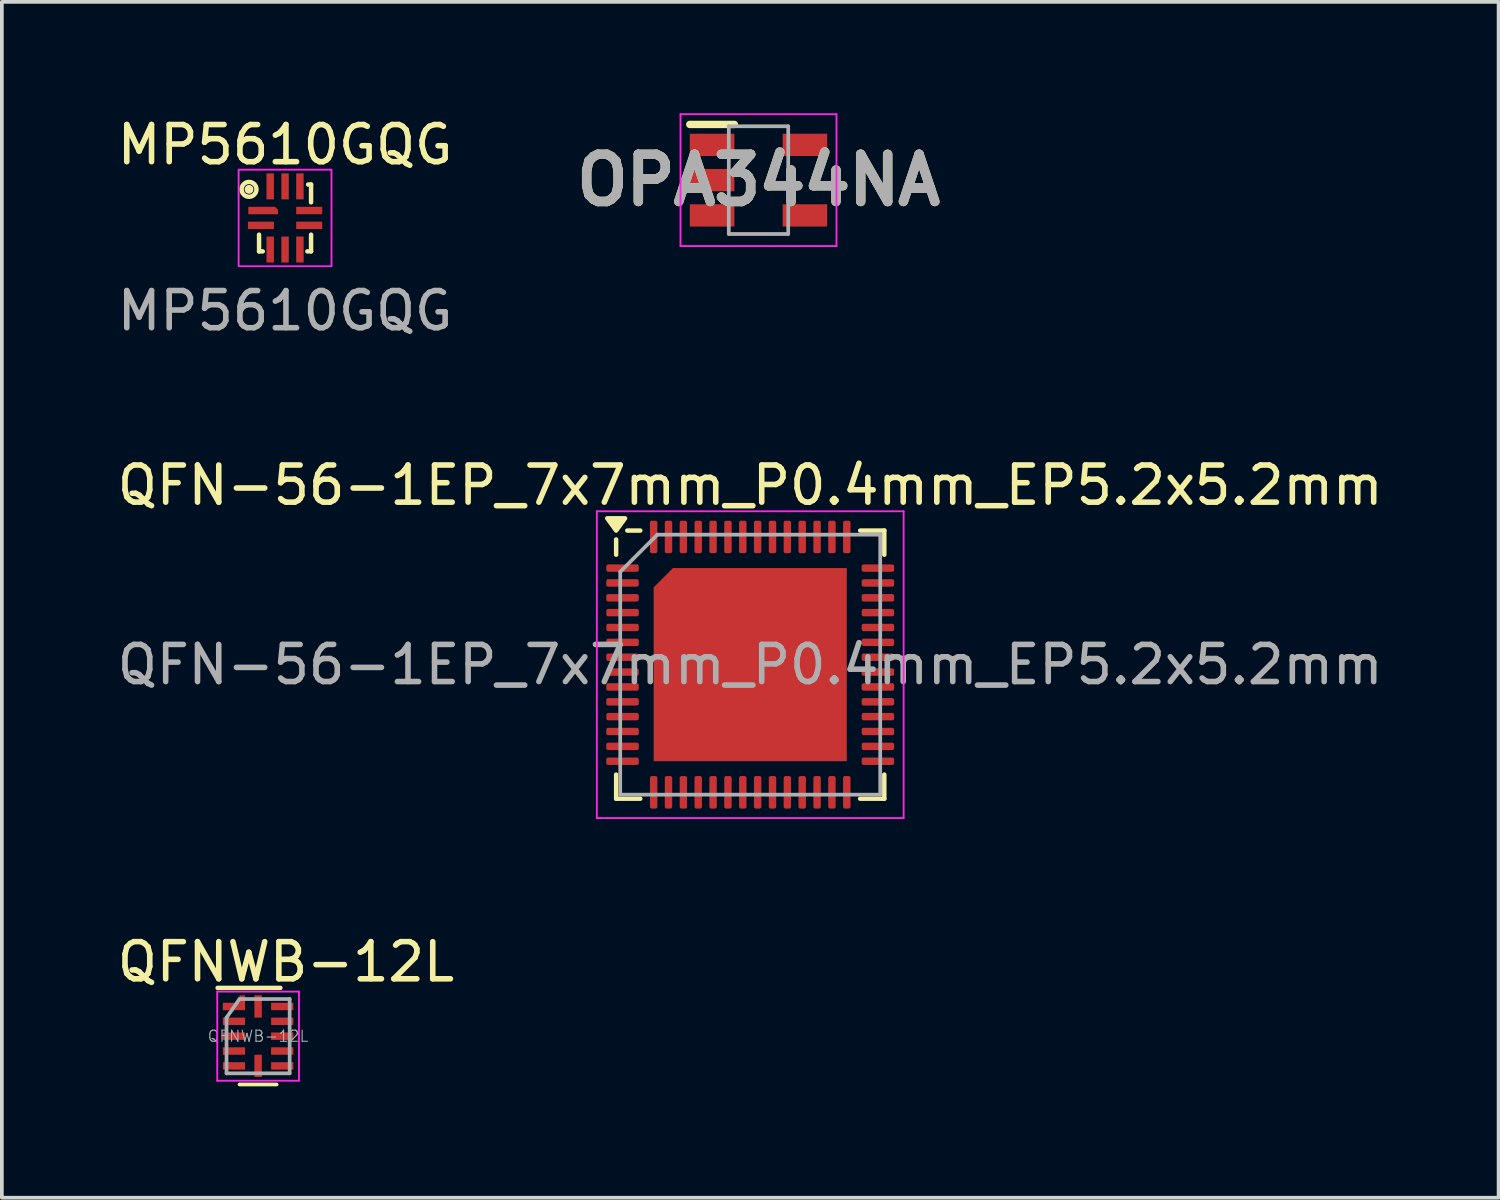
<source format=kicad_pcb>
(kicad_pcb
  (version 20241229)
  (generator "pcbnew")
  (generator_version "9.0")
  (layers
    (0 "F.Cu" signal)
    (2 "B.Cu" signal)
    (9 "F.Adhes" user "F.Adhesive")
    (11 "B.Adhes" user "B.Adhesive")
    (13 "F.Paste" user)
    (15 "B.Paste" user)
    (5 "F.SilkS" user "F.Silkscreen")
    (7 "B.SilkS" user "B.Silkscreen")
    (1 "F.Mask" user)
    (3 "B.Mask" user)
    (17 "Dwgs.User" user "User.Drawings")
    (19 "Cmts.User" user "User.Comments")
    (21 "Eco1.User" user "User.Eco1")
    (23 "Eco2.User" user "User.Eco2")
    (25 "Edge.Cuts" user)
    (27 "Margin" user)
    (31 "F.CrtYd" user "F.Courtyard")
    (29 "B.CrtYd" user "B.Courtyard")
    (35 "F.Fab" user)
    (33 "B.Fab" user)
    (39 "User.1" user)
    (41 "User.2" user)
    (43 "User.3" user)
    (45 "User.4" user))
  (footprint "QFNWB-12L"
    (layer "F.Cu")
    (at 3.899 24.848)
    (property "Reference" "QFNWB-12L" (at 0.75 -2 0) (layer "F.SilkS") (effects (font (size 1 1) (thickness 0.15))))
    (attr smd)
    (fp_line (start 0.5 1.3) (end -0.5 1.3) (stroke (width 0.1) (type solid)) (layer "F.SilkS"))
    (fp_line (start 0.6 -1.3) (end -1.09 -1.3) (stroke (width 0.12) (type solid)) (layer "F.SilkS"))
    (fp_line (start -1.1 -1.2) (end 1.1 -1.2) (stroke (width 0.05) (type solid)) (layer "F.CrtYd"))
    (fp_line (start -1.1 1.2) (end -1.1 -1.2) (stroke (width 0.05) (type solid)) (layer "F.CrtYd"))
    (fp_line (start 1.1 -1.2) (end 1.1 1.2) (stroke (width 0.05) (type solid)) (layer "F.CrtYd"))
    (fp_line (start 1.1 1.2) (end -1.1 1.2) (stroke (width 0.05) (type solid)) (layer "F.CrtYd"))
    (fp_line (start -0.85 1) (end -0.85 -0.5) (stroke (width 0.1) (type solid)) (layer "F.Fab"))
    (fp_line (start -0.5 -1) (end -0.85 -0.5) (stroke (width 0.1) (type solid)) (layer "F.Fab"))
    (fp_line (start -0.5 -1) (end 0.85 -1) (stroke (width 0.1) (type solid)) (layer "F.Fab"))
    (fp_line (start 0.85 -1) (end 0.85 1) (stroke (width 0.1) (type solid)) (layer "F.Fab"))
    (fp_line (start 0.85 1) (end -0.85 1) (stroke (width 0.1) (type solid)) (layer "F.Fab"))
    (fp_text user "${REFERENCE}" (at 0 0 0) (layer "F.Fab") (effects (font (size 0.3 0.3) (thickness 0.03))))
    (pad "1" smd rect (at -0.65 -0.8 270) (size 0.2 0.6) (layers "F.Cu" "F.Mask" "F.Paste"))
    (pad "1" smd rect (at -0.425 -0.975) (size 0.15 0.25) (layers "F.Cu" "F.Mask" "F.Paste"))
    (pad "2" smd rect (at -0.65 -0.4 270) (size 0.2 0.6) (layers "F.Cu" "F.Mask" "F.Paste"))
    (pad "3" smd rect (at -0.65 0 270) (size 0.2 0.6) (layers "F.Cu" "F.Mask" "F.Paste"))
    (pad "4" smd rect (at -0.65 0.4 270) (size 0.2 0.6) (layers "F.Cu" "F.Mask" "F.Paste"))
    (pad "5" smd rect (at -0.65 0.8 270) (size 0.2 0.6) (layers "F.Cu" "F.Mask" "F.Paste"))
    (pad "6" smd rect (at 0 0.8 270) (size 0.6 0.2) (layers "F.Cu" "F.Mask" "F.Paste"))
    (pad "7" smd rect (at 0.65 0.8 270) (size 0.2 0.6) (layers "F.Cu" "F.Mask" "F.Paste"))
    (pad "8" smd rect (at 0.65 0.4 270) (size 0.2 0.6) (layers "F.Cu" "F.Mask" "F.Paste"))
    (pad "9" smd rect (at 0.65 0 270) (size 0.2 0.6) (layers "F.Cu" "F.Mask" "F.Paste"))
    (pad "10" smd rect (at 0.65 -0.4 270) (size 0.2 0.6) (layers "F.Cu" "F.Mask" "F.Paste"))
    (pad "11" smd rect (at 0.65 -0.8 270) (size 0.2 0.6) (layers "F.Cu" "F.Mask" "F.Paste"))
    (pad "12" smd rect (at 0 -0.8 270) (size 0.6 0.2) (layers "F.Cu" "F.Mask" "F.Paste")))
  (footprint "QFN-56-1EP_7x7mm_P0.4mm_EP5.2x5.2mm"
    (layer "F.Cu")
    (at 17.149 14.845)
    (property "Reference" "QFN-56-1EP_7x7mm_P0.4mm_EP5.2x5.2mm" (at 0 -4.83 0) (layer "F.SilkS") (effects (font (size 1 1) (thickness 0.15))))
    (attr smd)
    (fp_line (start -3.61 -2.96) (end -3.61 -3.37) (stroke (width 0.12) (type solid)) (layer "F.SilkS"))
    (fp_line (start -3.61 3.61) (end -3.61 2.96) (stroke (width 0.12) (type solid)) (layer "F.SilkS"))
    (fp_line (start -2.96 -3.61) (end -3.31 -3.61) (stroke (width 0.12) (type solid)) (layer "F.SilkS"))
    (fp_line (start -2.96 3.61) (end -3.61 3.61) (stroke (width 0.12) (type solid)) (layer "F.SilkS"))
    (fp_line (start 2.96 -3.61) (end 3.61 -3.61) (stroke (width 0.12) (type solid)) (layer "F.SilkS"))
    (fp_line (start 2.96 3.61) (end 3.61 3.61) (stroke (width 0.12) (type solid)) (layer "F.SilkS"))
    (fp_line (start 3.61 -3.61) (end 3.61 -2.96) (stroke (width 0.12) (type solid)) (layer "F.SilkS"))
    (fp_line (start 3.61 3.61) (end 3.61 2.96) (stroke (width 0.12) (type solid)) (layer "F.SilkS"))
    (fp_poly (pts (xy -3.61 -3.61) (xy -3.85 -3.94) (xy -3.37 -3.94) (xy -3.61 -3.61)) (stroke (width 0.12) (type solid)) (fill yes) (layer "F.SilkS"))
    (fp_line (start -4.13 -4.13) (end -4.13 4.13) (stroke (width 0.05) (type solid)) (layer "F.CrtYd"))
    (fp_line (start -4.13 4.13) (end 4.13 4.13) (stroke (width 0.05) (type solid)) (layer "F.CrtYd"))
    (fp_line (start 4.13 -4.13) (end -4.13 -4.13) (stroke (width 0.05) (type solid)) (layer "F.CrtYd"))
    (fp_line (start 4.13 4.13) (end 4.13 -4.13) (stroke (width 0.05) (type solid)) (layer "F.CrtYd"))
    (fp_line (start -3.5 -2.5) (end -2.5 -3.5) (stroke (width 0.1) (type solid)) (layer "F.Fab"))
    (fp_line (start -3.5 3.5) (end -3.5 -2.5) (stroke (width 0.1) (type solid)) (layer "F.Fab"))
    (fp_line (start -2.5 -3.5) (end 3.5 -3.5) (stroke (width 0.1) (type solid)) (layer "F.Fab"))
    (fp_line (start 3.5 -3.5) (end 3.5 3.5) (stroke (width 0.1) (type solid)) (layer "F.Fab"))
    (fp_line (start 3.5 3.5) (end -3.5 3.5) (stroke (width 0.1) (type solid)) (layer "F.Fab"))
    (fp_text user "${REFERENCE}" (at 0 0 0) (layer "F.Fab") (effects (font (size 1 1) (thickness 0.15))))
    (pad "" smd roundrect (at -1.98 -1.99) (size 1.13 1.13) (layers "F.Paste") (roundrect_rratio 0.2) (chamfer_ratio 0.45) (chamfer top_left))
    (pad "" smd roundrect (at -1.97 -0.71) (size 1.13 1.13) (layers "F.Paste") (roundrect_rratio 0.221))
    (pad "" smd roundrect (at -1.97 0.69) (size 1.13 1.13) (layers "F.Paste") (roundrect_rratio 0.221))
    (pad "" smd roundrect (at -1.97 1.98) (size 1.13 1.13) (layers "F.Paste") (roundrect_rratio 0.221))
    (pad "" smd roundrect (at -0.67 -1.99) (size 1.13 1.13) (layers "F.Paste") (roundrect_rratio 0.221))
    (pad "" smd roundrect (at -0.66 -0.71) (size 1.13 1.13) (layers "F.Paste") (roundrect_rratio 0.221))
    (pad "" smd roundrect (at -0.66 0.69) (size 1.13 1.13) (layers "F.Paste") (roundrect_rratio 0.221))
    (pad "" smd roundrect (at -0.66 1.98) (size 1.13 1.13) (layers "F.Paste") (roundrect_rratio 0.221))
    (pad "" smd roundrect (at 0.68 -1.98) (size 1.13 1.13) (layers "F.Paste") (roundrect_rratio 0.221))
    (pad "" smd roundrect (at 0.69 -0.7) (size 1.13 1.13) (layers "F.Paste") (roundrect_rratio 0.221))
    (pad "" smd roundrect (at 0.69 0.7) (size 1.13 1.13) (layers "F.Paste") (roundrect_rratio 0.221))
    (pad "" smd roundrect (at 0.69 1.99) (size 1.13 1.13) (layers "F.Paste") (roundrect_rratio 0.221))
    (pad "" smd roundrect (at 1.97 -1.98) (size 1.13 1.13) (layers "F.Paste") (roundrect_rratio 0.221))
    (pad "" smd roundrect (at 1.98 -0.7) (size 1.13 1.13) (layers "F.Paste") (roundrect_rratio 0.221))
    (pad "" smd roundrect (at 1.98 0.7) (size 1.13 1.13) (layers "F.Paste") (roundrect_rratio 0.221))
    (pad "" smd roundrect (at 1.98 1.99) (size 1.13 1.13) (layers "F.Paste") (roundrect_rratio 0.221))
    (pad "1" smd roundrect (at -3.438 -2.6) (size 0.875 0.2) (layers "F.Cu" "F.Mask" "F.Paste") (roundrect_rratio 0.25))
    (pad "2" smd roundrect (at -3.438 -2.2) (size 0.875 0.2) (layers "F.Cu" "F.Mask" "F.Paste") (roundrect_rratio 0.25))
    (pad "3" smd roundrect (at -3.438 -1.8) (size 0.875 0.2) (layers "F.Cu" "F.Mask" "F.Paste") (roundrect_rratio 0.25))
    (pad "4" smd roundrect (at -3.438 -1.4) (size 0.875 0.2) (layers "F.Cu" "F.Mask" "F.Paste") (roundrect_rratio 0.25))
    (pad "5" smd roundrect (at -3.438 -1) (size 0.875 0.2) (layers "F.Cu" "F.Mask" "F.Paste") (roundrect_rratio 0.25))
    (pad "6" smd roundrect (at -3.438 -0.6) (size 0.875 0.2) (layers "F.Cu" "F.Mask" "F.Paste") (roundrect_rratio 0.25))
    (pad "7" smd roundrect (at -3.438 -0.2) (size 0.875 0.2) (layers "F.Cu" "F.Mask" "F.Paste") (roundrect_rratio 0.25))
    (pad "8" smd roundrect (at -3.438 0.2) (size 0.875 0.2) (layers "F.Cu" "F.Mask" "F.Paste") (roundrect_rratio 0.25))
    (pad "9" smd roundrect (at -3.438 0.6) (size 0.875 0.2) (layers "F.Cu" "F.Mask" "F.Paste") (roundrect_rratio 0.25))
    (pad "10" smd roundrect (at -3.438 1) (size 0.875 0.2) (layers "F.Cu" "F.Mask" "F.Paste") (roundrect_rratio 0.25))
    (pad "11" smd roundrect (at -3.438 1.4) (size 0.875 0.2) (layers "F.Cu" "F.Mask" "F.Paste") (roundrect_rratio 0.25))
    (pad "12" smd roundrect (at -3.438 1.8) (size 0.875 0.2) (layers "F.Cu" "F.Mask" "F.Paste") (roundrect_rratio 0.25))
    (pad "13" smd roundrect (at -3.438 2.2) (size 0.875 0.2) (layers "F.Cu" "F.Mask" "F.Paste") (roundrect_rratio 0.25))
    (pad "14" smd roundrect (at -3.438 2.6) (size 0.875 0.2) (layers "F.Cu" "F.Mask" "F.Paste") (roundrect_rratio 0.25))
    (pad "15" smd roundrect (at -2.6 3.438) (size 0.2 0.875) (layers "F.Cu" "F.Mask" "F.Paste") (roundrect_rratio 0.25))
    (pad "16" smd roundrect (at -2.2 3.438) (size 0.2 0.875) (layers "F.Cu" "F.Mask" "F.Paste") (roundrect_rratio 0.25))
    (pad "17" smd roundrect (at -1.8 3.438) (size 0.2 0.875) (layers "F.Cu" "F.Mask" "F.Paste") (roundrect_rratio 0.25))
    (pad "18" smd roundrect (at -1.4 3.438) (size 0.2 0.875) (layers "F.Cu" "F.Mask" "F.Paste") (roundrect_rratio 0.25))
    (pad "19" smd roundrect (at -1 3.438) (size 0.2 0.875) (layers "F.Cu" "F.Mask" "F.Paste") (roundrect_rratio 0.25))
    (pad "20" smd roundrect (at -0.6 3.438) (size 0.2 0.875) (layers "F.Cu" "F.Mask" "F.Paste") (roundrect_rratio 0.25))
    (pad "21" smd roundrect (at -0.2 3.438) (size 0.2 0.875) (layers "F.Cu" "F.Mask" "F.Paste") (roundrect_rratio 0.25))
    (pad "22" smd roundrect (at 0.2 3.438) (size 0.2 0.875) (layers "F.Cu" "F.Mask" "F.Paste") (roundrect_rratio 0.25))
    (pad "23" smd roundrect (at 0.6 3.438) (size 0.2 0.875) (layers "F.Cu" "F.Mask" "F.Paste") (roundrect_rratio 0.25))
    (pad "24" smd roundrect (at 1 3.438) (size 0.2 0.875) (layers "F.Cu" "F.Mask" "F.Paste") (roundrect_rratio 0.25))
    (pad "25" smd roundrect (at 1.4 3.438) (size 0.2 0.875) (layers "F.Cu" "F.Mask" "F.Paste") (roundrect_rratio 0.25))
    (pad "26" smd roundrect (at 1.8 3.438) (size 0.2 0.875) (layers "F.Cu" "F.Mask" "F.Paste") (roundrect_rratio 0.25))
    (pad "27" smd roundrect (at 2.2 3.438) (size 0.2 0.875) (layers "F.Cu" "F.Mask" "F.Paste") (roundrect_rratio 0.25))
    (pad "28" smd roundrect (at 2.6 3.438) (size 0.2 0.875) (layers "F.Cu" "F.Mask" "F.Paste") (roundrect_rratio 0.25))
    (pad "29" smd roundrect (at 3.438 2.6) (size 0.875 0.2) (layers "F.Cu" "F.Mask" "F.Paste") (roundrect_rratio 0.25))
    (pad "30" smd roundrect (at 3.438 2.2) (size 0.875 0.2) (layers "F.Cu" "F.Mask" "F.Paste") (roundrect_rratio 0.25))
    (pad "31" smd roundrect (at 3.438 1.8) (size 0.875 0.2) (layers "F.Cu" "F.Mask" "F.Paste") (roundrect_rratio 0.25))
    (pad "32" smd roundrect (at 3.438 1.4) (size 0.875 0.2) (layers "F.Cu" "F.Mask" "F.Paste") (roundrect_rratio 0.25))
    (pad "33" smd roundrect (at 3.438 1) (size 0.875 0.2) (layers "F.Cu" "F.Mask" "F.Paste") (roundrect_rratio 0.25))
    (pad "34" smd roundrect (at 3.438 0.6) (size 0.875 0.2) (layers "F.Cu" "F.Mask" "F.Paste") (roundrect_rratio 0.25))
    (pad "35" smd roundrect (at 3.438 0.2) (size 0.875 0.2) (layers "F.Cu" "F.Mask" "F.Paste") (roundrect_rratio 0.25))
    (pad "36" smd roundrect (at 3.438 -0.2) (size 0.875 0.2) (layers "F.Cu" "F.Mask" "F.Paste") (roundrect_rratio 0.25))
    (pad "37" smd roundrect (at 3.438 -0.6) (size 0.875 0.2) (layers "F.Cu" "F.Mask" "F.Paste") (roundrect_rratio 0.25))
    (pad "38" smd roundrect (at 3.438 -1) (size 0.875 0.2) (layers "F.Cu" "F.Mask" "F.Paste") (roundrect_rratio 0.25))
    (pad "39" smd roundrect (at 3.438 -1.4) (size 0.875 0.2) (layers "F.Cu" "F.Mask" "F.Paste") (roundrect_rratio 0.25))
    (pad "40" smd roundrect (at 3.438 -1.8) (size 0.875 0.2) (layers "F.Cu" "F.Mask" "F.Paste") (roundrect_rratio 0.25))
    (pad "41" smd roundrect (at 3.438 -2.2) (size 0.875 0.2) (layers "F.Cu" "F.Mask" "F.Paste") (roundrect_rratio 0.25))
    (pad "42" smd roundrect (at 3.438 -2.6) (size 0.875 0.2) (layers "F.Cu" "F.Mask" "F.Paste") (roundrect_rratio 0.25))
    (pad "43" smd roundrect (at 2.6 -3.438) (size 0.2 0.875) (layers "F.Cu" "F.Mask" "F.Paste") (roundrect_rratio 0.25))
    (pad "44" smd roundrect (at 2.2 -3.438) (size 0.2 0.875) (layers "F.Cu" "F.Mask" "F.Paste") (roundrect_rratio 0.25))
    (pad "45" smd roundrect (at 1.8 -3.438) (size 0.2 0.875) (layers "F.Cu" "F.Mask" "F.Paste") (roundrect_rratio 0.25))
    (pad "46" smd roundrect (at 1.4 -3.438) (size 0.2 0.875) (layers "F.Cu" "F.Mask" "F.Paste") (roundrect_rratio 0.25))
    (pad "47" smd roundrect (at 1 -3.438) (size 0.2 0.875) (layers "F.Cu" "F.Mask" "F.Paste") (roundrect_rratio 0.25))
    (pad "48" smd roundrect (at 0.6 -3.438) (size 0.2 0.875) (layers "F.Cu" "F.Mask" "F.Paste") (roundrect_rratio 0.25))
    (pad "49" smd roundrect (at 0.2 -3.438) (size 0.2 0.875) (layers "F.Cu" "F.Mask" "F.Paste") (roundrect_rratio 0.25))
    (pad "50" smd roundrect (at -0.2 -3.438) (size 0.2 0.875) (layers "F.Cu" "F.Mask" "F.Paste") (roundrect_rratio 0.25))
    (pad "51" smd roundrect (at -0.6 -3.438) (size 0.2 0.875) (layers "F.Cu" "F.Mask" "F.Paste") (roundrect_rratio 0.25))
    (pad "52" smd roundrect (at -1 -3.438) (size 0.2 0.875) (layers "F.Cu" "F.Mask" "F.Paste") (roundrect_rratio 0.25))
    (pad "53" smd roundrect (at -1.4 -3.438) (size 0.2 0.875) (layers "F.Cu" "F.Mask" "F.Paste") (roundrect_rratio 0.25))
    (pad "54" smd roundrect (at -1.8 -3.438) (size 0.2 0.875) (layers "F.Cu" "F.Mask" "F.Paste") (roundrect_rratio 0.25))
    (pad "55" smd roundrect (at -2.2 -3.438) (size 0.2 0.875) (layers "F.Cu" "F.Mask" "F.Paste") (roundrect_rratio 0.25))
    (pad "56" smd roundrect (at -2.6 -3.438) (size 0.2 0.875) (layers "F.Cu" "F.Mask" "F.Paste") (roundrect_rratio 0.25))
    (pad "57" smd roundrect (at 0 0) (size 5.2 5.2) (property pad_prop_heatsink) (layers "F.Cu" "F.Mask") (roundrect_rratio 0) (chamfer_ratio 0.1) (chamfer top_left)))
  (footprint "MP5610GQG"
    (layer "F.Cu")
    (at 4.625 2.818)
    (property "Reference" "MP5610GQG" (at 0 -1.97 0) (unlocked yes) (layer "F.SilkS") (effects (font (size 1 1) (thickness 0.15))))
    (attr smd)
    (fp_line (start -0.7 0.9) (end -0.7 0.45) (stroke (width 0.12) (type default)) (layer "F.SilkS"))
    (fp_line (start -0.7 0.9) (end -0.6 0.9) (stroke (width 0.12) (type default)) (layer "F.SilkS"))
    (fp_line (start 0.62 -0.9) (end 0.7 -0.9) (stroke (width 0.12) (type default)) (layer "F.SilkS"))
    (fp_line (start 0.7 -0.9) (end 0.7 -0.42) (stroke (width 0.12) (type default)) (layer "F.SilkS"))
    (fp_line (start 0.7 0.9) (end 0.6 0.9) (stroke (width 0.12) (type default)) (layer "F.SilkS"))
    (fp_line (start 0.7 0.9) (end 0.7 0.45) (stroke (width 0.12) (type default)) (layer "F.SilkS"))
    (fp_circle (center -0.97 -0.77) (end -0.97 -0.77) (stroke (width 0.12) (type default)) (fill no) (layer "F.SilkS"))
    (fp_circle (center -0.97 -0.77) (end -0.77 -0.77) (stroke (width 0.12) (type default)) (fill no) (layer "F.SilkS"))
    (fp_rect (start -1.25 -1.3) (end 1.25 1.3) (stroke (width 0.05) (type default)) (fill no) (layer "F.CrtYd"))
    (fp_text user "${REFERENCE}" (at 0 2.5 0) (unlocked yes) (layer "F.Fab") (effects (font (size 1 1) (thickness 0.15))))
    (pad "1" smd roundrect (at -0.59 -0.2 270) (size 0.2 0.8) (layers "F.Cu" "F.Mask" "F.Paste") (roundrect_rratio 0) (chamfer_ratio 0.4) (chamfer top_left))
    (pad "2" smd rect (at -0.65 0.2 270) (size 0.2 0.7) (layers "F.Cu" "F.Mask" "F.Paste"))
    (pad "3" smd rect (at -0.4 0.85) (size 0.2 0.7) (layers "F.Cu" "F.Mask" "F.Paste"))
    (pad "4" smd rect (at 0 0.85 180) (size 0.2 0.7) (layers "F.Cu" "F.Mask" "F.Paste"))
    (pad "5" smd rect (at 0.4 0.85 180) (size 0.2 0.7) (layers "F.Cu" "F.Mask" "F.Paste"))
    (pad "6" smd rect (at 0.65 0.2 270) (size 0.2 0.7) (layers "F.Cu" "F.Mask" "F.Paste"))
    (pad "7" smd rect (at 0.65 -0.2 270) (size 0.2 0.7) (layers "F.Cu" "F.Mask" "F.Paste"))
    (pad "8" smd rect (at 0.4 -0.85) (size 0.2 0.7) (layers "F.Cu" "F.Mask" "F.Paste"))
    (pad "9" smd rect (at 0 -0.85) (size 0.2 0.7) (layers "F.Cu" "F.Mask" "F.Paste"))
    (pad "10" smd rect (at -0.4 -0.85) (size 0.2 0.7) (layers "F.Cu" "F.Mask" "F.Paste")))
  (footprint "OPA344NA"
    (layer "F.Cu")
    (at 17.372 1.8)
    (property "Reference" "OPA344NA" (at 0 0 0) (layer "F.SilkS") (effects (font (size 1.27 1.27) (thickness 0.254))))
    (attr smd)
    (fp_line (start -1.85 -1.5) (end -0.65 -1.5) (stroke (width 0.2) (type solid)) (layer "F.SilkS"))
    (fp_line (start -2.1 -1.775) (end 2.1 -1.775) (stroke (width 0.05) (type solid)) (layer "F.CrtYd"))
    (fp_line (start -2.1 1.775) (end -2.1 -1.775) (stroke (width 0.05) (type solid)) (layer "F.CrtYd"))
    (fp_line (start 2.1 -1.775) (end 2.1 1.775) (stroke (width 0.05) (type solid)) (layer "F.CrtYd"))
    (fp_line (start 2.1 1.775) (end -2.1 1.775) (stroke (width 0.05) (type solid)) (layer "F.CrtYd"))
    (fp_line (start -0.8 -1.45) (end 0.8 -1.45) (stroke (width 0.1) (type solid)) (layer "F.Fab"))
    (fp_line (start -0.8 1.45) (end -0.8 -1.45) (stroke (width 0.1) (type solid)) (layer "F.Fab"))
    (fp_line (start 0.8 -1.45) (end 0.8 1.45) (stroke (width 0.1) (type solid)) (layer "F.Fab"))
    (fp_line (start 0.8 1.45) (end -0.8 1.45) (stroke (width 0.1) (type solid)) (layer "F.Fab"))
    (fp_text user "${REFERENCE}" (at 0 0 0) (layer "F.Fab") (effects (font (size 1.27 1.27) (thickness 0.254))))
    (pad "1" smd rect (at -1.25 -0.95 90) (size 0.6 1.2) (layers "F.Cu" "F.Mask" "F.Paste"))
    (pad "2" smd rect (at -1.25 0 90) (size 0.6 1.2) (layers "F.Cu" "F.Mask" "F.Paste"))
    (pad "3" smd rect (at -1.25 0.95 90) (size 0.6 1.2) (layers "F.Cu" "F.Mask" "F.Paste"))
    (pad "4" smd rect (at 1.25 0.95 90) (size 0.6 1.2) (layers "F.Cu" "F.Mask" "F.Paste"))
    (pad "5" smd rect (at 1.25 -0.95 90) (size 0.6 1.2) (layers "F.Cu" "F.Mask" "F.Paste")))
  (gr_rect
    (start -3 -3)
    (end 37.298 29.198)
    (stroke (width 0.1) (type default))
    (fill no)
    (layer "Edge.Cuts")))
</source>
